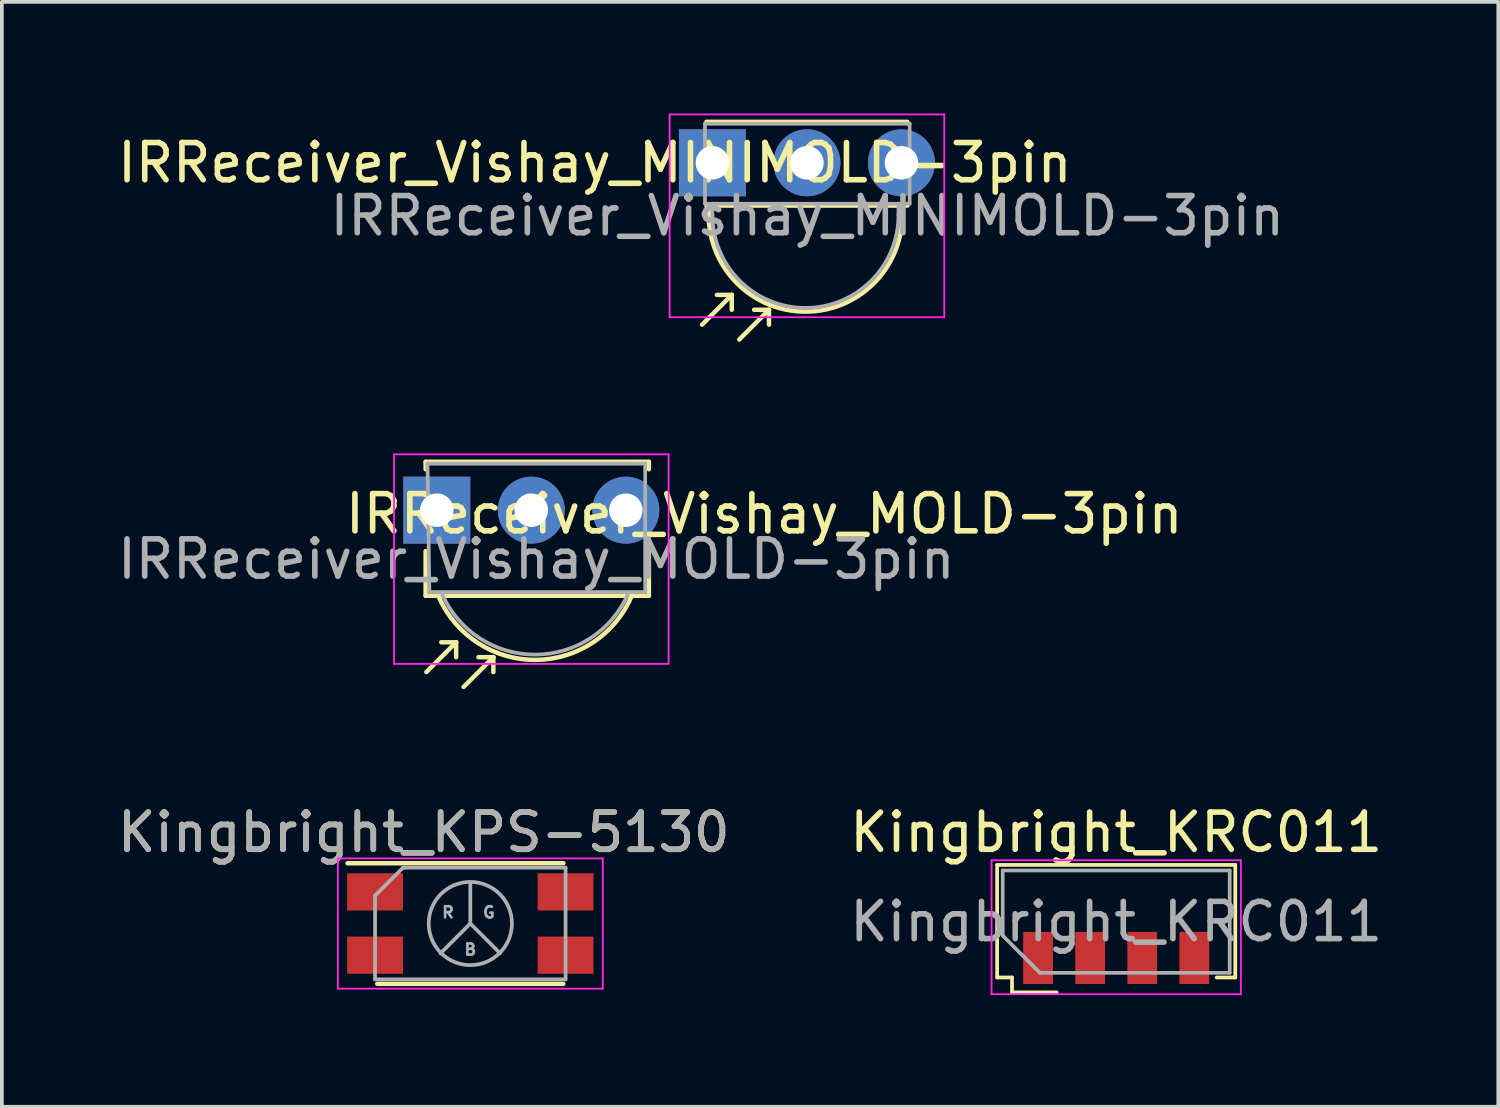
<source format=kicad_pcb>
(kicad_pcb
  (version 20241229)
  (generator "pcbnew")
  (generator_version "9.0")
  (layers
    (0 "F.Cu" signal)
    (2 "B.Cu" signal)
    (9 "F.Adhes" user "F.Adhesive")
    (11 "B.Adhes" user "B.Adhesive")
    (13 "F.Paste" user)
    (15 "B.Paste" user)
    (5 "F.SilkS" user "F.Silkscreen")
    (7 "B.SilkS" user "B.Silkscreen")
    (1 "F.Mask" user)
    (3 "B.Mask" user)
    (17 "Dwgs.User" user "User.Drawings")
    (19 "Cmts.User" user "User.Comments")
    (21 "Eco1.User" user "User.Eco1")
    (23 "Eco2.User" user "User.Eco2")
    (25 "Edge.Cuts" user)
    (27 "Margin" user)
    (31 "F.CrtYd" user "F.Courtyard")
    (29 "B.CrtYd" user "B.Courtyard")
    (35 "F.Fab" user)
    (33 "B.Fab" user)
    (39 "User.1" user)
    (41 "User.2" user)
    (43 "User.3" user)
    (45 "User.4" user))
  (footprint "Kingbright_KPS-5130"
    (layer "F.Cu")
    (at 9.589 21.768)
    (property "Reference" "Kingbright_KPS-5130" (at -1.25 -2.45 0) (layer "F.SilkS") (effects (font (size 1 1) (thickness 0.15))))
    (attr smd)
    (fp_line (start -3.3 -1.62) (end 2.5 -1.62) (stroke (width 0.12) (type solid)) (layer "F.SilkS"))
    (fp_line (start 2.5 1.62) (end -2.5 1.62) (stroke (width 0.12) (type solid)) (layer "F.SilkS"))
    (fp_line (start -3.56 -1.75) (end -3.56 1.75) (stroke (width 0.05) (type solid)) (layer "F.CrtYd"))
    (fp_line (start -3.56 -1.75) (end 3.56 -1.75) (stroke (width 0.05) (type solid)) (layer "F.CrtYd"))
    (fp_line (start 3.56 1.75) (end -3.56 1.75) (stroke (width 0.05) (type solid)) (layer "F.CrtYd"))
    (fp_line (start 3.56 1.75) (end 3.56 -1.75) (stroke (width 0.05) (type solid)) (layer "F.CrtYd"))
    (fp_line (start -2.56 -0.75) (end -2.56 1.5) (stroke (width 0.1) (type solid)) (layer "F.Fab"))
    (fp_line (start -2.56 -0.75) (end -1.81 -1.5) (stroke (width 0.1) (type solid)) (layer "F.Fab"))
    (fp_line (start -2.56 1.5) (end 2.56 1.5) (stroke (width 0.1) (type solid)) (layer "F.Fab"))
    (fp_line (start 0 0) (end -0.8 0.8) (stroke (width 0.1) (type solid)) (layer "F.Fab"))
    (fp_line (start 0 0) (end 0 -1.1) (stroke (width 0.1) (type solid)) (layer "F.Fab"))
    (fp_line (start 0 0) (end 0.8 0.8) (stroke (width 0.1) (type solid)) (layer "F.Fab"))
    (fp_line (start 2.56 -1.5) (end -1.81 -1.5) (stroke (width 0.1) (type solid)) (layer "F.Fab"))
    (fp_line (start 2.56 1.5) (end 2.56 -1.5) (stroke (width 0.1) (type solid)) (layer "F.Fab"))
    (fp_circle (center 0 0) (end 1 0.5) (stroke (width 0.1) (type solid)) (fill no) (layer "F.Fab"))
    (fp_text user "R" (at -0.6 -0.3 0) (layer "F.Fab") (effects (font (size 0.3 0.3) (thickness 0.07))))
    (fp_text user "B" (at 0 0.7 0) (layer "F.Fab") (effects (font (size 0.3 0.3) (thickness 0.07))))
    (fp_text user "G" (at 0.5 -0.3 0) (layer "F.Fab") (effects (font (size 0.3 0.3) (thickness 0.07))))
    (fp_text user "${REFERENCE}" (at -1.25 -2.45 0) (layer "F.Fab") (effects (font (size 1 1) (thickness 0.15))))
    (pad "1" smd rect (at -2.56 -0.85) (size 1.5 1) (layers "F.Cu" "F.Mask" "F.Paste"))
    (pad "2" smd rect (at 2.56 -0.85) (size 1.5 1) (layers "F.Cu" "F.Mask" "F.Paste"))
    (pad "3" smd rect (at -2.56 0.85) (size 1.5 1) (layers "F.Cu" "F.Mask" "F.Paste"))
    (pad "4" smd rect (at 2.56 0.85) (size 1.5 1) (layers "F.Cu" "F.Mask" "F.Paste")))
  (footprint "IRReceiver_Vishay_MINIMOLD-3pin"
    (layer "F.Cu")
    (at 16.095 1.325)
    (property "Reference" "IRReceiver_Vishay_MINIMOLD-3pin" (at -3.16 0 180) (layer "F.SilkS") (effects (font (size 1 1) (thickness 0.15))))
    (attr through_hole)
    (fp_line (start -0.1 1.4) (end -0.1 1.2) (stroke (width 0.12) (type solid)) (layer "F.SilkS"))
    (fp_line (start 0.52 3.55) (end -0.28 4.35) (stroke (width 0.12) (type solid)) (layer "F.SilkS"))
    (fp_line (start 0.52 3.55) (end 0.12 3.55) (stroke (width 0.12) (type solid)) (layer "F.SilkS"))
    (fp_line (start 0.52 3.55) (end 0.52 3.95) (stroke (width 0.12) (type solid)) (layer "F.SilkS"))
    (fp_line (start 1.52 3.95) (end 0.72 4.75) (stroke (width 0.12) (type solid)) (layer "F.SilkS"))
    (fp_line (start 1.52 3.95) (end 1.12 3.95) (stroke (width 0.12) (type solid)) (layer "F.SilkS"))
    (fp_line (start 1.52 3.95) (end 1.52 4.35) (stroke (width 0.12) (type solid)) (layer "F.SilkS"))
    (fp_line (start 5.1 1.4) (end 5.1 1.2) (stroke (width 0.12) (type solid)) (layer "F.SilkS"))
    (fp_line (start 5.24 -1.1) (end -0.16 -1.1) (stroke (width 0.12) (type solid)) (layer "F.SilkS"))
    (fp_line (start 5.24 1.15) (end -0.16 1.15) (stroke (width 0.12) (type solid)) (layer "F.SilkS"))
    (fp_arc (start 5.1 1.4) (mid 2.5 4) (end -0.1 1.4) (stroke (width 0.12) (type solid)) (layer "F.SilkS"))
    (fp_line (start -1.15 -1.3) (end -1.15 4.15) (stroke (width 0.05) (type solid)) (layer "F.CrtYd"))
    (fp_line (start -1.15 -1.3) (end 6.23 -1.3) (stroke (width 0.05) (type solid)) (layer "F.CrtYd"))
    (fp_line (start 6.23 4.15) (end -1.15 4.15) (stroke (width 0.05) (type solid)) (layer "F.CrtYd"))
    (fp_line (start 6.23 4.15) (end 6.23 -1.3) (stroke (width 0.05) (type solid)) (layer "F.CrtYd"))
    (fp_line (start -0.2 -1.05) (end 5.25 -1.05) (stroke (width 0.1) (type solid)) (layer "F.Fab"))
    (fp_line (start -0.2 1.1) (end -0.2 -1.05) (stroke (width 0.1) (type solid)) (layer "F.Fab"))
    (fp_line (start 0 1.1) (end -0.2 1.1) (stroke (width 0.1) (type solid)) (layer "F.Fab"))
    (fp_line (start 0 1.15) (end 0 1.1) (stroke (width 0.1) (type solid)) (layer "F.Fab"))
    (fp_line (start 0 1.4) (end 0 1.15) (stroke (width 0.1) (type solid)) (layer "F.Fab"))
    (fp_line (start 5 1.1) (end 0 1.1) (stroke (width 0.1) (type solid)) (layer "F.Fab"))
    (fp_line (start 5 1.1) (end 5 1.4) (stroke (width 0.1) (type solid)) (layer "F.Fab"))
    (fp_line (start 5.25 -1.05) (end 5.3 -1.05) (stroke (width 0.1) (type solid)) (layer "F.Fab"))
    (fp_line (start 5.3 -1.05) (end 5.3 1.1) (stroke (width 0.1) (type solid)) (layer "F.Fab"))
    (fp_line (start 5.3 1.1) (end 5 1.1) (stroke (width 0.1) (type solid)) (layer "F.Fab"))
    (fp_arc (start 5 1.4) (mid 2.5 3.9) (end 0 1.4) (stroke (width 0.1) (type solid)) (layer "F.Fab"))
    (fp_text user "${REFERENCE}" (at 2.55 1.425 0) (layer "F.Fab") (effects (font (size 1 1) (thickness 0.15))))
    (pad "1" thru_hole rect (at 0 0) (size 1.8 1.8) (drill 0.9) (layers "*.Cu" "*.Mask"))
    (pad "2" thru_hole circle (at 2.54 0) (size 1.8 1.8) (drill 0.9) (layers "*.Cu" "*.Mask"))
    (pad "3" thru_hole circle (at 5.08 0) (size 1.8 1.8) (drill 0.9) (layers "*.Cu" "*.Mask")))
  (footprint "Kingbright_KRC011"
    (layer "F.Cu")
    (at 26.946 21.718)
    (property "Reference" "Kingbright_KRC011" (at 0 -2.4 0) (layer "F.SilkS") (effects (font (size 1 1) (thickness 0.15))))
    (attr smd)
    (fp_line (start -3.2 -1.525) (end -3.2 1.5) (stroke (width 0.1) (type solid)) (layer "F.SilkS"))
    (fp_line (start -3.2 1.5) (end -2.8 1.5) (stroke (width 0.1) (type solid)) (layer "F.SilkS"))
    (fp_line (start -2.8 1.5) (end -2.8 1.9) (stroke (width 0.1) (type solid)) (layer "F.SilkS"))
    (fp_line (start -2.8 1.9) (end -1.6 1.9) (stroke (width 0.1) (type solid)) (layer "F.SilkS"))
    (fp_line (start 3.2 -1.525) (end -3.2 -1.525) (stroke (width 0.1) (type solid)) (layer "F.SilkS"))
    (fp_line (start 3.2 -1.525) (end 3.2 1.5) (stroke (width 0.1) (type solid)) (layer "F.SilkS"))
    (fp_line (start 3.2 1.5) (end 2.7 1.5) (stroke (width 0.1) (type solid)) (layer "F.SilkS"))
    (fp_line (start -3.35 -1.65) (end -3.35 1.95) (stroke (width 0.05) (type solid)) (layer "F.CrtYd"))
    (fp_line (start -3.35 -1.65) (end 3.35 -1.65) (stroke (width 0.05) (type solid)) (layer "F.CrtYd"))
    (fp_line (start -3.35 1.95) (end 3.35 1.95) (stroke (width 0.05) (type solid)) (layer "F.CrtYd"))
    (fp_line (start 3.35 1.95) (end 3.35 -1.65) (stroke (width 0.05) (type solid)) (layer "F.CrtYd"))
    (fp_line (start -3.05 -1.375) (end 3.05 -1.375) (stroke (width 0.1) (type solid)) (layer "F.Fab"))
    (fp_line (start -3.05 0.375) (end -3.05 -1.375) (stroke (width 0.1) (type solid)) (layer "F.Fab"))
    (fp_line (start -3.05 0.375) (end -2.05 1.375) (stroke (width 0.1) (type solid)) (layer "F.Fab"))
    (fp_line (start 3.05 -1.375) (end 3.05 1.375) (stroke (width 0.1) (type solid)) (layer "F.Fab"))
    (fp_line (start 3.05 1.375) (end -2.05 1.375) (stroke (width 0.1) (type solid)) (layer "F.Fab"))
    (fp_text user "${REFERENCE}" (at 0 0 0) (layer "F.Fab") (effects (font (size 1 1) (thickness 0.15))))
    (pad "1" smd rect (at -2.1 0.975) (size 0.8 1.4) (layers "F.Cu" "F.Mask" "F.Paste"))
    (pad "2" smd rect (at -0.7 0.975) (size 0.8 1.4) (layers "F.Cu" "F.Mask" "F.Paste"))
    (pad "3" smd rect (at 0.7 0.975) (size 0.8 1.4) (layers "F.Cu" "F.Mask" "F.Paste"))
    (pad "4" smd rect (at 2.1 0.975) (size 0.8 1.4) (layers "F.Cu" "F.Mask" "F.Paste")))
  (footprint "IRReceiver_Vishay_MOLD-3pin"
    (layer "F.Cu")
    (at 8.688 10.66)
    (property "Reference" "IRReceiver_Vishay_MOLD-3pin" (at 8.8 0.1 180) (layer "F.SilkS") (effects (font (size 1 1) (thickness 0.15))))
    (attr through_hole)
    (fp_line (start -0.3 -1.3) (end -0.3 -1.1) (stroke (width 0.12) (type solid)) (layer "F.SilkS"))
    (fp_line (start -0.3 2.3) (end -0.3 1.1) (stroke (width 0.12) (type solid)) (layer "F.SilkS"))
    (fp_line (start 0.52 3.55) (end -0.28 4.35) (stroke (width 0.12) (type solid)) (layer "F.SilkS"))
    (fp_line (start 0.52 3.55) (end 0.12 3.55) (stroke (width 0.12) (type solid)) (layer "F.SilkS"))
    (fp_line (start 0.52 3.55) (end 0.52 3.95) (stroke (width 0.12) (type solid)) (layer "F.SilkS"))
    (fp_line (start 1.52 3.95) (end 0.72 4.75) (stroke (width 0.12) (type solid)) (layer "F.SilkS"))
    (fp_line (start 1.52 3.95) (end 1.12 3.95) (stroke (width 0.12) (type solid)) (layer "F.SilkS"))
    (fp_line (start 1.52 3.95) (end 1.52 4.35) (stroke (width 0.12) (type solid)) (layer "F.SilkS"))
    (fp_line (start 5.7 -1.3) (end -0.3 -1.3) (stroke (width 0.12) (type solid)) (layer "F.SilkS"))
    (fp_line (start 5.7 -1.3) (end 5.7 -1.1) (stroke (width 0.12) (type solid)) (layer "F.SilkS"))
    (fp_line (start 5.7 2.3) (end -0.3 2.3) (stroke (width 0.12) (type solid)) (layer "F.SilkS"))
    (fp_line (start 5.7 2.3) (end 5.7 1.1) (stroke (width 0.12) (type solid)) (layer "F.SilkS"))
    (fp_arc (start 5.24 2.3) (mid 2.667981 4.02298) (end 0.062315 2.351321) (stroke (width 0.12) (type solid)) (layer "F.SilkS"))
    (fp_line (start -1.15 -1.5) (end -1.15 4.13) (stroke (width 0.05) (type solid)) (layer "F.CrtYd"))
    (fp_line (start -1.15 -1.5) (end 6.23 -1.5) (stroke (width 0.05) (type solid)) (layer "F.CrtYd"))
    (fp_line (start 6.23 4.13) (end -1.15 4.13) (stroke (width 0.05) (type solid)) (layer "F.CrtYd"))
    (fp_line (start 6.23 4.13) (end 6.23 -1.5) (stroke (width 0.05) (type solid)) (layer "F.CrtYd"))
    (fp_line (start -0.25 -1.25) (end 5.6 -1.25) (stroke (width 0.1) (type solid)) (layer "F.Fab"))
    (fp_line (start -0.2 2.2) (end -0.25 -1.25) (stroke (width 0.1) (type solid)) (layer "F.Fab"))
    (fp_line (start 5.6 -1.25) (end 5.6 2.2) (stroke (width 0.1) (type solid)) (layer "F.Fab"))
    (fp_line (start 5.6 2.2) (end -0.2 2.2) (stroke (width 0.1) (type solid)) (layer "F.Fab"))
    (fp_arc (start 5.14 2.25) (mid 2.651941 3.881274) (end 0.149714 2.271818) (stroke (width 0.1) (type solid)) (layer "F.Fab"))
    (fp_text user "${REFERENCE}" (at 2.675 1.316 0) (layer "F.Fab") (effects (font (size 1 1) (thickness 0.15))))
    (pad "1" thru_hole rect (at 0 0) (size 1.8 1.8) (drill 0.9) (layers "*.Cu" "*.Mask"))
    (pad "2" thru_hole circle (at 2.54 0) (size 1.8 1.8) (drill 0.9) (layers "*.Cu" "*.Mask"))
    (pad "3" thru_hole circle (at 5.08 0) (size 1.8 1.8) (drill 0.9) (layers "*.Cu" "*.Mask")))
  (gr_rect
    (start -3 -3)
    (end 37.214 26.693)
    (stroke (width 0.1) (type default))
    (fill no)
    (layer "Edge.Cuts")))
</source>
